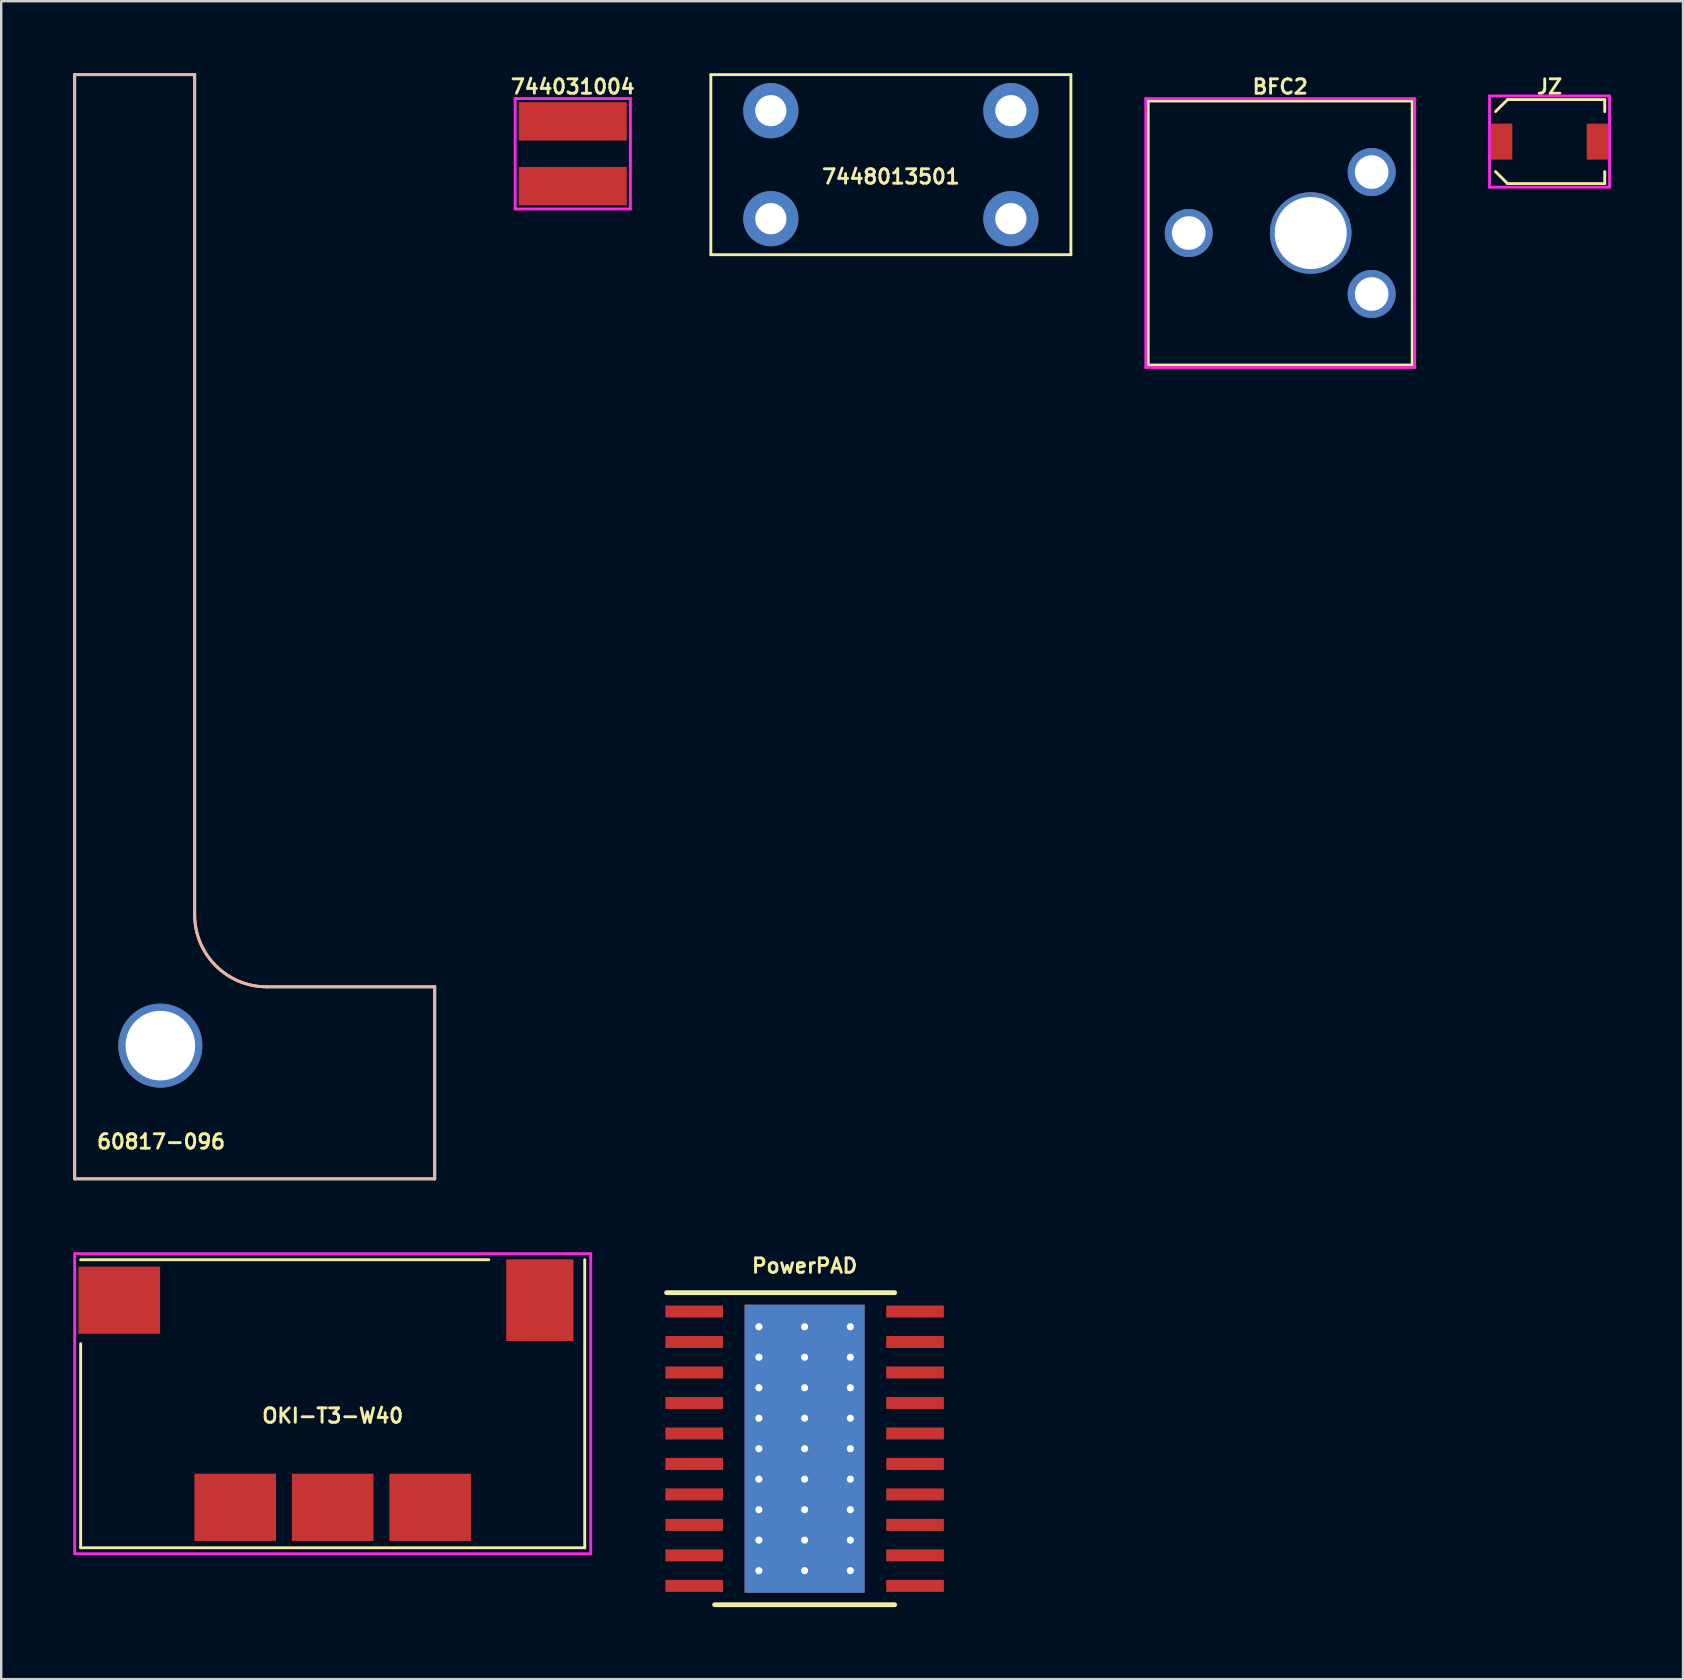
<source format=kicad_pcb>
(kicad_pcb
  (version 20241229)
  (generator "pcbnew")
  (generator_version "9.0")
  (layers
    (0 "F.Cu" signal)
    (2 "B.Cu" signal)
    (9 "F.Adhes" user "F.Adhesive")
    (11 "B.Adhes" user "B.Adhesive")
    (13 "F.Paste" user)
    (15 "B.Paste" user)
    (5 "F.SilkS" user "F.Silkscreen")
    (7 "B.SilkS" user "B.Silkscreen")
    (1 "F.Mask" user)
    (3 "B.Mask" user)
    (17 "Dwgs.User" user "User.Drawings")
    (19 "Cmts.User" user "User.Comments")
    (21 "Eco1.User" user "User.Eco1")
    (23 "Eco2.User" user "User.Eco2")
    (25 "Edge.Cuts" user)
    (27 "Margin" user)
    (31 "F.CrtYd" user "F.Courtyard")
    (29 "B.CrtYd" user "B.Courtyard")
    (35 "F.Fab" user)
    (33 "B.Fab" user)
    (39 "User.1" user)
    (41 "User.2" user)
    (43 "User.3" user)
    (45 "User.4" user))
  (footprint "744031004"
    (layer "F.Cu")
    (at 20.811 3.356)
    (property "Reference" "744031004" (at 0 -2.794 0) (layer "F.SilkS") (effects (font (size 0.6 0.6) (thickness 0.12))))
    (attr through_hole)
    (fp_line (start -2.4 -2.3) (end 2.4 -2.3) (stroke (width 0.12) (type solid)) (layer "F.CrtYd"))
    (fp_line (start -2.4 2.3) (end -2.4 -2.3) (stroke (width 0.12) (type solid)) (layer "F.CrtYd"))
    (fp_line (start 2.4 -2.3) (end 2.4 2.3) (stroke (width 0.12) (type solid)) (layer "F.CrtYd"))
    (fp_line (start 2.4 2.3) (end -2.4 2.3) (stroke (width 0.12) (type solid)) (layer "F.CrtYd"))
    (pad "1" smd rect (at 0 -1.35) (size 4.5 1.6) (layers "F.Cu" "F.Mask" "F.Paste"))
    (pad "2" smd rect (at 0 1.35) (size 4.5 1.6) (layers "F.Cu" "F.Mask" "F.Paste")))
  (footprint "BFC2"
    (layer "F.Cu")
    (at 50.283 6.658)
    (property "Reference" "BFC2" (at 0 -6.096 0) (layer "F.SilkS") (effects (font (size 0.6 0.6) (thickness 0.12))))
    (attr through_hole)
    (fp_line (start -5.5 -5.5) (end 5.5 -5.5) (stroke (width 0.12) (type solid)) (layer "F.SilkS"))
    (fp_line (start -5.5 5.5) (end -5.5 -5.5) (stroke (width 0.12) (type solid)) (layer "F.SilkS"))
    (fp_line (start 5.5 -5.5) (end 5.5 5.5) (stroke (width 0.12) (type solid)) (layer "F.SilkS"))
    (fp_line (start 5.5 5.5) (end -5.5 5.5) (stroke (width 0.12) (type solid)) (layer "F.SilkS"))
    (fp_line (start -5.6 -5.6) (end -5.6 5.6) (stroke (width 0.12) (type solid)) (layer "F.CrtYd"))
    (fp_line (start -5.6 5.6) (end 5.6 5.6) (stroke (width 0.12) (type solid)) (layer "F.CrtYd"))
    (fp_line (start 5.6 -5.6) (end -5.6 -5.6) (stroke (width 0.12) (type solid)) (layer "F.CrtYd"))
    (fp_line (start 5.6 5.6) (end 5.6 -5.6) (stroke (width 0.12) (type solid)) (layer "F.CrtYd"))
    (pad "" thru_hole circle (at 1.27 0) (size 3.4 3.4) (drill 3) (layers "*.Cu" "*.Mask"))
    (pad "1" thru_hole circle (at -3.81 0) (size 2 2) (drill 1.4) (layers "*.Cu" "*.Mask"))
    (pad "2" thru_hole circle (at 3.81 -2.54) (size 2 2) (drill 1.4) (layers "*.Cu" "*.Mask"))
    (pad "2" thru_hole circle (at 3.81 2.54) (size 2 2) (drill 1.4) (layers "*.Cu" "*.Mask")))
  (footprint "7448013501"
    (layer "F.Cu")
    (at 34.063 3.81)
    (property "Reference" "7448013501" (at 0 0.5 0) (layer "F.SilkS") (effects (font (size 0.6 0.6) (thickness 0.12))))
    (attr through_hole)
    (fp_line (start -7.5 -3.75) (end 7.5 -3.75) (stroke (width 0.12) (type solid)) (layer "F.SilkS"))
    (fp_line (start -7.5 3.75) (end -7.5 -3.75) (stroke (width 0.12) (type solid)) (layer "F.SilkS"))
    (fp_line (start 7.5 -3.75) (end 7.5 3.75) (stroke (width 0.12) (type solid)) (layer "F.SilkS"))
    (fp_line (start 7.5 3.75) (end -7.5 3.75) (stroke (width 0.12) (type solid)) (layer "F.SilkS"))
    (pad "1" thru_hole circle (at 5 -2.25) (size 2.3 2.3) (drill 1.3) (layers "*.Cu" "*.Mask"))
    (pad "2" thru_hole circle (at -5 -2.25) (size 2.3 2.3) (drill 1.3) (layers "*.Cu" "*.Mask"))
    (pad "3" thru_hole circle (at -5 2.25) (size 2.3 2.3) (drill 1.3) (layers "*.Cu" "*.Mask"))
    (pad "4" thru_hole circle (at 5 2.25) (size 2.3 2.3) (drill 1.3) (layers "*.Cu" "*.Mask")))
  (footprint "JZ"
    (layer "F.Cu")
    (at 61.503 2.848)
    (property "Reference" "JZ" (at 0 -2.286 0) (layer "F.SilkS") (effects (font (size 0.6 0.6) (thickness 0.12))))
    (attr through_hole)
    (fp_line (start -2.25 -1.25) (end -1.75 -1.75) (stroke (width 0.12) (type solid)) (layer "F.SilkS"))
    (fp_line (start -2.25 1.25) (end -1.75 1.75) (stroke (width 0.12) (type solid)) (layer "F.SilkS"))
    (fp_line (start -1.75 -1.75) (end 2.3 -1.75) (stroke (width 0.12) (type solid)) (layer "F.SilkS"))
    (fp_line (start -1.75 1.75) (end 2.3 1.75) (stroke (width 0.12) (type solid)) (layer "F.SilkS"))
    (fp_line (start 2.3 -1.75) (end 2.3 -1.25) (stroke (width 0.12) (type solid)) (layer "F.SilkS"))
    (fp_line (start 2.3 1.75) (end 2.3 1.25) (stroke (width 0.12) (type solid)) (layer "F.SilkS"))
    (fp_line (start -2.5 -1.9) (end 2.5 -1.9) (stroke (width 0.12) (type solid)) (layer "F.CrtYd"))
    (fp_line (start -2.5 1.9) (end -2.5 -1.9) (stroke (width 0.12) (type solid)) (layer "F.CrtYd"))
    (fp_line (start 2.5 -1.9) (end 2.5 1.9) (stroke (width 0.12) (type solid)) (layer "F.CrtYd"))
    (fp_line (start 2.5 1.9) (end -2.5 1.9) (stroke (width 0.12) (type solid)) (layer "F.CrtYd"))
    (pad "1" smd rect (at -2 0) (size 0.9 1.5) (layers "F.Cu" "F.Mask" "F.Paste"))
    (pad "2" smd rect (at 2 0) (size 0.9 1.5) (layers "F.Cu" "F.Mask" "F.Paste")))
  (footprint "60817-096"
    (layer "F.Cu")
    (at 3.61 40.51)
    (property "Reference" "60817-096" (at 0.05 4 0) (layer "F.SilkS") (effects (font (size 0.6 0.6) (thickness 0.12))))
    (attr through_hole)
    (fp_line (start -3.55 -40.45) (end 1.45 -40.45) (stroke (width 0.12) (type solid)) (layer "F.SilkS"))
    (fp_line (start -3.55 5.55) (end -3.55 -40.45) (stroke (width 0.12) (type solid)) (layer "F.SilkS"))
    (fp_line (start 1.45 -40.45) (end 1.45 -5.45) (stroke (width 0.12) (type solid)) (layer "F.SilkS"))
    (fp_line (start 4.45 -2.45) (end 11.45 -2.45) (stroke (width 0.12) (type solid)) (layer "F.SilkS"))
    (fp_line (start 11.45 -2.45) (end 11.45 5.55) (stroke (width 0.12) (type solid)) (layer "F.SilkS"))
    (fp_line (start 11.45 5.55) (end -3.55 5.55) (stroke (width 0.12) (type solid)) (layer "F.SilkS"))
    (fp_arc (start 4.45 -2.45) (mid 2.32868 -3.32868) (end 1.45 -5.45) (stroke (width 0.12) (type solid)) (layer "F.SilkS"))
    (fp_line (start -3.55 -40.45) (end 1.45 -40.45) (stroke (width 0.12) (type solid)) (layer "B.SilkS"))
    (fp_line (start -3.55 5.55) (end -3.55 -40.45) (stroke (width 0.12) (type solid)) (layer "B.SilkS"))
    (fp_line (start 1.45 -40.45) (end 1.45 -5.45) (stroke (width 0.12) (type solid)) (layer "B.SilkS"))
    (fp_line (start 4.45 -2.45) (end 11.45 -2.45) (stroke (width 0.12) (type solid)) (layer "B.SilkS"))
    (fp_line (start 11.45 -2.45) (end 11.45 5.55) (stroke (width 0.12) (type solid)) (layer "B.SilkS"))
    (fp_line (start 11.45 5.55) (end -3.55 5.55) (stroke (width 0.12) (type solid)) (layer "B.SilkS"))
    (fp_arc (start 4.45 -2.45) (mid 2.32868 -3.32868) (end 1.45 -5.45) (stroke (width 0.12) (type solid)) (layer "B.SilkS"))
    (pad "1" thru_hole circle (at 0.02 0) (size 3.5 3.5) (drill 2.9) (layers "*.Cu" "*.Mask")))
  (footprint "OKI-T3-W40"
    (layer "F.Cu")
    (at 10.81 55.43)
    (property "Reference" "OKI-T3-W40" (at 0 0.5 0) (layer "F.SilkS") (effects (font (size 0.6 0.6) (thickness 0.12))))
    (attr through_hole)
    (fp_line (start -10.5 -6) (end 6.5 -6) (stroke (width 0.12) (type solid)) (layer "F.SilkS"))
    (fp_line (start -10.5 6) (end -10.5 -2.5) (stroke (width 0.12) (type solid)) (layer "F.SilkS"))
    (fp_line (start -10.5 6) (end 10.5 6) (stroke (width 0.12) (type solid)) (layer "F.SilkS"))
    (fp_line (start 10.5 6) (end 10.5 -6) (stroke (width 0.12) (type solid)) (layer "F.SilkS"))
    (fp_line (start -10.75 -6.25) (end 10.75 -6.25) (stroke (width 0.12) (type solid)) (layer "F.CrtYd"))
    (fp_line (start -10.75 6.25) (end -10.75 -6.25) (stroke (width 0.12) (type solid)) (layer "F.CrtYd"))
    (fp_line (start 10.75 -6.25) (end 10.75 6.25) (stroke (width 0.12) (type solid)) (layer "F.CrtYd"))
    (fp_line (start 10.75 6.25) (end -10.75 6.25) (stroke (width 0.12) (type solid)) (layer "F.CrtYd"))
    (pad "1" smd rect (at 8.63 -4.315) (size 2.8 3.4) (layers "F.Cu" "F.Mask" "F.Paste"))
    (pad "2" smd rect (at -8.89 -4.315) (size 3.4 2.8) (layers "F.Cu" "F.Mask" "F.Paste"))
    (pad "3" smd rect (at -4.06 4.315) (size 3.4 2.8) (layers "F.Cu" "F.Mask" "F.Paste"))
    (pad "4" smd rect (at 0 4.315) (size 3.4 2.8) (layers "F.Cu" "F.Mask" "F.Paste"))
    (pad "5" smd rect (at 4.06 4.315) (size 3.4 2.8) (layers "F.Cu" "F.Mask" "F.Paste")))
  (footprint "PowerPAD"
    (layer "F.Cu")
    (at 30.47 57.302)
    (property "Reference" "PowerPAD" (at 0 -7.62 0) (layer "F.SilkS") (effects (font (size 0.6 0.6) (thickness 0.12))))
    (attr through_hole)
    (fp_line (start -5.75 -6.5) (end 3.75 -6.5) (stroke (width 0.2) (type solid)) (layer "F.SilkS"))
    (fp_line (start -3.75 6.5) (end 3.75 6.5) (stroke (width 0.2) (type solid)) (layer "F.SilkS"))
    (pad "1" smd rect (at -4.6 -5.715) (size 2.4 0.5) (layers "F.Cu" "F.Mask" "F.Paste"))
    (pad "2" smd rect (at -4.6 -4.445) (size 2.4 0.5) (layers "F.Cu" "F.Mask" "F.Paste"))
    (pad "3" smd rect (at -4.6 -3.175) (size 2.4 0.5) (layers "F.Cu" "F.Mask" "F.Paste"))
    (pad "4" smd rect (at -4.6 -1.905) (size 2.4 0.5) (layers "F.Cu" "F.Mask" "F.Paste"))
    (pad "5" smd rect (at -4.6 -0.635) (size 2.4 0.5) (layers "F.Cu" "F.Mask" "F.Paste"))
    (pad "6" smd rect (at -4.6 0.635) (size 2.4 0.5) (layers "F.Cu" "F.Mask" "F.Paste"))
    (pad "7" smd rect (at -4.6 1.905) (size 2.4 0.5) (layers "F.Cu" "F.Mask" "F.Paste"))
    (pad "8" smd rect (at -4.6 3.175) (size 2.4 0.5) (layers "F.Cu" "F.Mask" "F.Paste"))
    (pad "9" smd rect (at -4.6 4.445) (size 2.4 0.5) (layers "F.Cu" "F.Mask" "F.Paste"))
    (pad "10" smd rect (at -4.6 5.715) (size 2.4 0.5) (layers "F.Cu" "F.Mask" "F.Paste"))
    (pad "11" smd rect (at 4.6 5.715) (size 2.4 0.5) (layers "F.Cu" "F.Mask" "F.Paste"))
    (pad "12" smd rect (at 4.6 4.445) (size 2.4 0.5) (layers "F.Cu" "F.Mask" "F.Paste"))
    (pad "13" smd rect (at 4.6 3.175) (size 2.4 0.5) (layers "F.Cu" "F.Mask" "F.Paste"))
    (pad "14" smd rect (at 4.6 1.905) (size 2.4 0.5) (layers "F.Cu" "F.Mask" "F.Paste"))
    (pad "15" smd rect (at 4.6 0.635) (size 2.4 0.5) (layers "F.Cu" "F.Mask" "F.Paste"))
    (pad "16" smd rect (at 4.6 -0.635) (size 2.4 0.5) (layers "F.Cu" "F.Mask" "F.Paste"))
    (pad "17" smd rect (at 4.6 -1.905) (size 2.4 0.5) (layers "F.Cu" "F.Mask" "F.Paste"))
    (pad "18" smd rect (at 4.6 -3.175) (size 2.4 0.5) (layers "F.Cu" "F.Mask" "F.Paste"))
    (pad "19" smd rect (at 4.6 -4.445) (size 2.4 0.5) (layers "F.Cu" "F.Mask" "F.Paste"))
    (pad "20" smd rect (at 4.6 -5.715) (size 2.4 0.5) (layers "F.Cu" "F.Mask" "F.Paste"))
    (pad "21" thru_hole circle (at -1.905 -5.08) (size 0.6 0.6) (drill 0.3) (layers "*.Cu" "*.Mask"))
    (pad "21" thru_hole circle (at -1.905 -3.81) (size 0.6 0.6) (drill 0.3) (layers "*.Cu" "*.Mask"))
    (pad "21" thru_hole circle (at -1.905 -2.54) (size 0.6 0.6) (drill 0.3) (layers "*.Cu" "*.Mask"))
    (pad "21" thru_hole circle (at -1.905 -1.27) (size 0.6 0.6) (drill 0.3) (layers "*.Cu" "*.Mask"))
    (pad "21" thru_hole circle (at -1.905 0) (size 0.6 0.6) (drill 0.3) (layers "*.Cu" "*.Mask"))
    (pad "21" thru_hole circle (at -1.905 1.27) (size 0.6 0.6) (drill 0.3) (layers "*.Cu" "*.Mask"))
    (pad "21" thru_hole circle (at -1.905 2.54) (size 0.6 0.6) (drill 0.3) (layers "*.Cu" "*.Mask"))
    (pad "21" thru_hole circle (at -1.905 3.81) (size 0.6 0.6) (drill 0.3) (layers "*.Cu" "*.Mask"))
    (pad "21" thru_hole circle (at -1.905 5.08) (size 0.6 0.6) (drill 0.3) (layers "*.Cu" "*.Mask"))
    (pad "21" thru_hole circle (at 0 -5.08) (size 0.6 0.6) (drill 0.3) (layers "*.Cu" "*.Mask"))
    (pad "21" thru_hole circle (at 0 -3.81) (size 0.6 0.6) (drill 0.3) (layers "*.Cu" "*.Mask"))
    (pad "21" thru_hole circle (at 0 -2.54) (size 0.6 0.6) (drill 0.3) (layers "*.Cu" "*.Mask"))
    (pad "21" thru_hole circle (at 0 -1.27) (size 0.6 0.6) (drill 0.3) (layers "*.Cu" "*.Mask"))
    (pad "21" thru_hole circle (at 0 0) (size 0.6 0.6) (drill 0.3) (layers "*.Cu" "*.Mask"))
    (pad "21" smd rect (at 0 0) (size 5 12) (layers "F.Cu" "F.Mask" "F.Paste"))
    (pad "21" smd rect (at 0 0) (size 5 12) (layers "F.Mask" "B.Cu" "F.Paste"))
    (pad "21" thru_hole circle (at 0 1.27) (size 0.6 0.6) (drill 0.3) (layers "*.Cu" "*.Mask"))
    (pad "21" thru_hole circle (at 0 2.54) (size 0.6 0.6) (drill 0.3) (layers "*.Cu" "*.Mask"))
    (pad "21" thru_hole circle (at 0 3.81) (size 0.6 0.6) (drill 0.3) (layers "*.Cu" "*.Mask"))
    (pad "21" thru_hole circle (at 0 5.08) (size 0.6 0.6) (drill 0.3) (layers "*.Cu" "*.Mask"))
    (pad "21" thru_hole circle (at 1.905 -5.08) (size 0.6 0.6) (drill 0.3) (layers "*.Cu" "*.Mask"))
    (pad "21" thru_hole circle (at 1.905 -3.81) (size 0.6 0.6) (drill 0.3) (layers "*.Cu" "*.Mask"))
    (pad "21" thru_hole circle (at 1.905 -2.54) (size 0.6 0.6) (drill 0.3) (layers "*.Cu" "*.Mask"))
    (pad "21" thru_hole circle (at 1.905 -1.27) (size 0.6 0.6) (drill 0.3) (layers "*.Cu" "*.Mask"))
    (pad "21" thru_hole circle (at 1.905 0) (size 0.6 0.6) (drill 0.3) (layers "*.Cu" "*.Mask"))
    (pad "21" thru_hole circle (at 1.905 1.27) (size 0.6 0.6) (drill 0.3) (layers "*.Cu" "*.Mask"))
    (pad "21" thru_hole circle (at 1.905 2.54) (size 0.6 0.6) (drill 0.3) (layers "*.Cu" "*.Mask"))
    (pad "21" thru_hole circle (at 1.905 3.81) (size 0.6 0.6) (drill 0.3) (layers "*.Cu" "*.Mask"))
    (pad "21" thru_hole circle (at 1.905 5.08) (size 0.6 0.6) (drill 0.3) (layers "*.Cu" "*.Mask")))
  (gr_rect
    (start -3 -3)
    (end 67.063 66.902)
    (stroke (width 0.1) (type default))
    (fill no)
    (layer "Edge.Cuts")))
</source>
